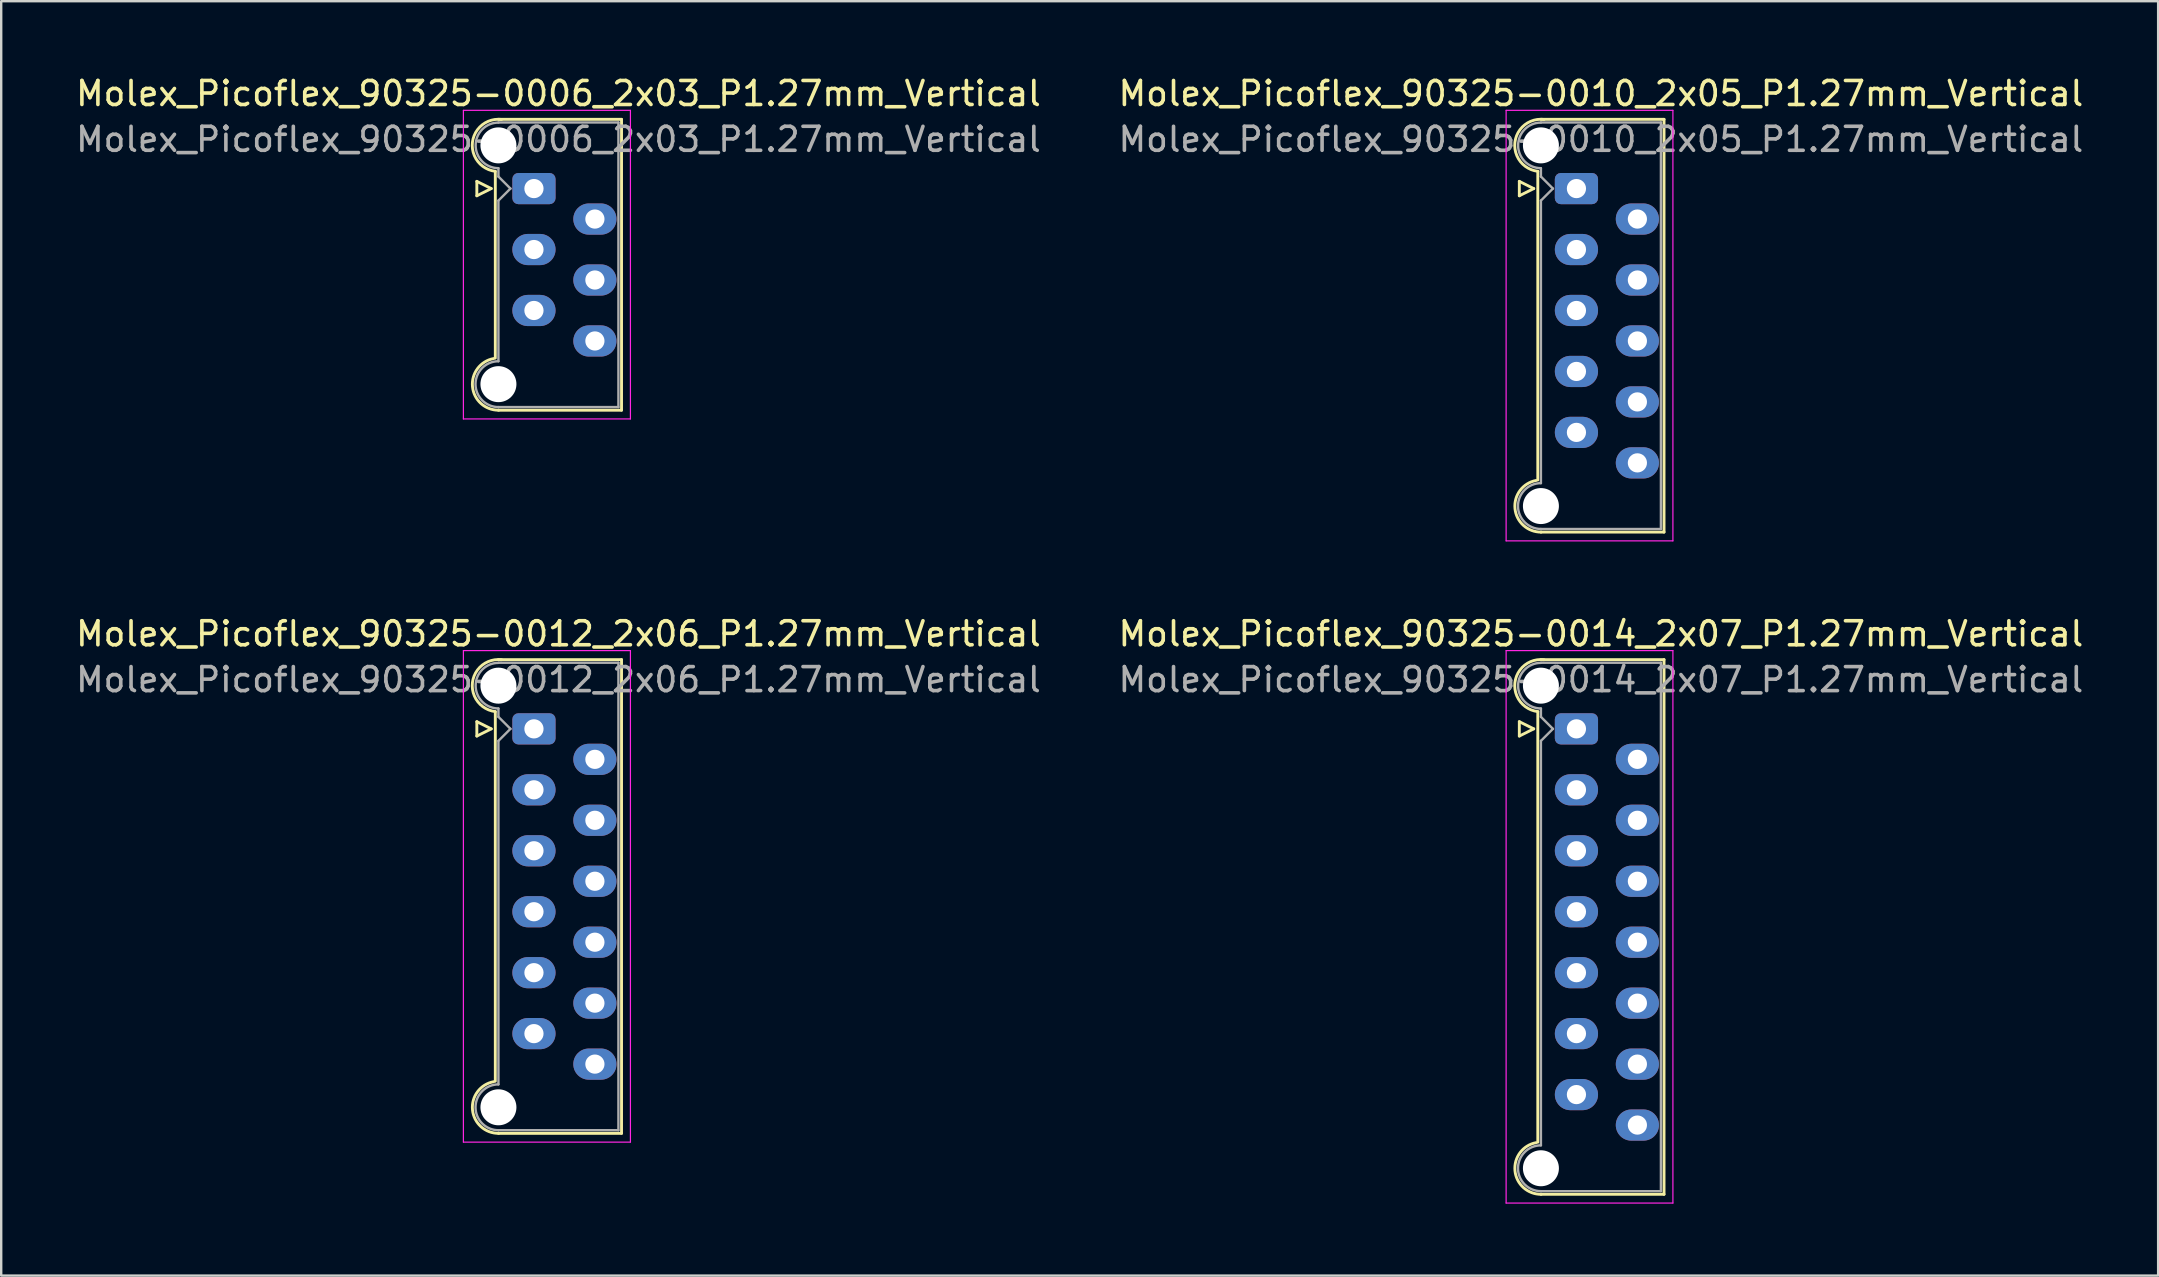
<source format=kicad_pcb>
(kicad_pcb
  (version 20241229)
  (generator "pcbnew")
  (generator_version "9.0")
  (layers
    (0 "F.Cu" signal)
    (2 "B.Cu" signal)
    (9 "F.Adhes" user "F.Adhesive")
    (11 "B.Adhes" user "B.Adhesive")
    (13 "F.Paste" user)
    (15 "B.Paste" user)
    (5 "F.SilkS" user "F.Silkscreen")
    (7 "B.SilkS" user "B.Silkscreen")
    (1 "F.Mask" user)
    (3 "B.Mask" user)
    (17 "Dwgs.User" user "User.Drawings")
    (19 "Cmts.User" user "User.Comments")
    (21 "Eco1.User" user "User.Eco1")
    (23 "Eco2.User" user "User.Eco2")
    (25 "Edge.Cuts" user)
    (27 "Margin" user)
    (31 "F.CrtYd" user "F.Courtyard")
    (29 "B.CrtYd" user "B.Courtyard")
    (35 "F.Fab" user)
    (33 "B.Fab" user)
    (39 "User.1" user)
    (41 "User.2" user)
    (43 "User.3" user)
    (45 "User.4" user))
  (footprint "Molex_Picoflex_90325-0012_2x06_P1.27mm_Vertical"
    (layer "F.Cu")
    (at 19.2 27.322)
    (property "Reference" "Molex_Picoflex_90325-0012_2x06_P1.27mm_Vertical" (at 1.02 -3.96 0) (layer "F.SilkS") (effects (font (size 1 1) (thickness 0.15))))
    (attr through_hole)
    (fp_line (start -2.38 -0.3) (end -2.38 0.3) (stroke (width 0.12) (type solid)) (layer "F.SilkS"))
    (fp_line (start -2.38 0.3) (end -1.78 0) (stroke (width 0.12) (type solid)) (layer "F.SilkS"))
    (fp_line (start -1.78 0) (end -2.38 -0.3) (stroke (width 0.12) (type solid)) (layer "F.SilkS"))
    (fp_line (start -1.61 -0.715) (end -1.61 14.685) (stroke (width 0.12) (type solid)) (layer "F.SilkS"))
    (fp_line (start -1.48 -2.885) (end 3.65 -2.885) (stroke (width 0.12) (type solid)) (layer "F.SilkS"))
    (fp_line (start 3.65 -2.885) (end 3.65 16.855) (stroke (width 0.12) (type solid)) (layer "F.SilkS"))
    (fp_line (start 3.65 16.855) (end -1.48 16.855) (stroke (width 0.12) (type solid)) (layer "F.SilkS"))
    (fp_arc (start -1.61 -0.72) (mid -2.56 -1.93) (end -1.35 -2.88) (stroke (width 0.12) (type solid)) (layer "F.SilkS"))
    (fp_arc (start -1.47 16.855) (mid -2.56 15.874526) (end -1.678256 14.70322) (stroke (width 0.12) (type solid)) (layer "F.SilkS"))
    (fp_line (start -2.94 -3.26) (end -2.94 17.22) (stroke (width 0.05) (type solid)) (layer "F.CrtYd"))
    (fp_line (start -2.94 17.22) (end 4.02 17.22) (stroke (width 0.05) (type solid)) (layer "F.CrtYd"))
    (fp_line (start 4.02 -3.26) (end -2.94 -3.26) (stroke (width 0.05) (type solid)) (layer "F.CrtYd"))
    (fp_line (start 4.02 17.22) (end 4.02 -3.26) (stroke (width 0.05) (type solid)) (layer "F.CrtYd"))
    (fp_line (start -1.48 -2.755) (end 3.52 -2.755) (stroke (width 0.1) (type solid)) (layer "F.Fab"))
    (fp_line (start -1.48 -0.845) (end -1.48 -0.5) (stroke (width 0.1) (type solid)) (layer "F.Fab"))
    (fp_line (start -1.48 -0.5) (end -0.98 0) (stroke (width 0.1) (type solid)) (layer "F.Fab"))
    (fp_line (start -1.48 0.5) (end -1.48 14.815) (stroke (width 0.1) (type solid)) (layer "F.Fab"))
    (fp_line (start -0.98 0) (end -1.48 0.5) (stroke (width 0.1) (type solid)) (layer "F.Fab"))
    (fp_line (start 3.52 -2.755) (end 3.52 16.725) (stroke (width 0.1) (type solid)) (layer "F.Fab"))
    (fp_line (start 3.52 16.725) (end -1.48 16.725) (stroke (width 0.1) (type solid)) (layer "F.Fab"))
    (fp_arc (start -1.48 -0.85) (mid -2.43 -1.8) (end -1.48 -2.75) (stroke (width 0.1) (type solid)) (layer "F.Fab"))
    (fp_arc (start -1.48 16.725) (mid -2.435 15.77) (end -1.48 14.815) (stroke (width 0.1) (type solid)) (layer "F.Fab"))
    (fp_text user "${REFERENCE}" (at 1.02 -2.05 0) (layer "F.Fab") (effects (font (size 1 1) (thickness 0.15))))
    (pad "" np_thru_hole circle (at -1.48 -1.8) (size 1.5 1.5) (drill 1.5) (layers "*.Cu" "*.Mask"))
    (pad "" np_thru_hole circle (at -1.48 15.77) (size 1.5 1.5) (drill 1.5) (layers "*.Cu" "*.Mask"))
    (pad "1" thru_hole roundrect (at 0 0) (size 1.8 1.3) (drill 0.8) (layers "*.Cu" "*.Mask") (roundrect_rratio 0.192))
    (pad "2" thru_hole oval (at 2.54 1.27) (size 1.8 1.3) (drill 0.8) (layers "*.Cu" "*.Mask"))
    (pad "3" thru_hole oval (at 0 2.54) (size 1.8 1.3) (drill 0.8) (layers "*.Cu" "*.Mask"))
    (pad "4" thru_hole oval (at 2.54 3.81) (size 1.8 1.3) (drill 0.8) (layers "*.Cu" "*.Mask"))
    (pad "5" thru_hole oval (at 0 5.08) (size 1.8 1.3) (drill 0.8) (layers "*.Cu" "*.Mask"))
    (pad "6" thru_hole oval (at 2.54 6.35) (size 1.8 1.3) (drill 0.8) (layers "*.Cu" "*.Mask"))
    (pad "7" thru_hole oval (at 0 7.62) (size 1.8 1.3) (drill 0.8) (layers "*.Cu" "*.Mask"))
    (pad "8" thru_hole oval (at 2.54 8.89) (size 1.8 1.3) (drill 0.8) (layers "*.Cu" "*.Mask"))
    (pad "9" thru_hole oval (at 0 10.16) (size 1.8 1.3) (drill 0.8) (layers "*.Cu" "*.Mask"))
    (pad "10" thru_hole oval (at 2.54 11.43) (size 1.8 1.3) (drill 0.8) (layers "*.Cu" "*.Mask"))
    (pad "11" thru_hole oval (at 0 12.7) (size 1.8 1.3) (drill 0.8) (layers "*.Cu" "*.Mask"))
    (pad "12" thru_hole oval (at 2.54 13.97) (size 1.8 1.3) (drill 0.8) (layers "*.Cu" "*.Mask")))
  (footprint "Molex_Picoflex_90325-0014_2x07_P1.27mm_Vertical"
    (layer "F.Cu")
    (at 62.641 27.322)
    (property "Reference" "Molex_Picoflex_90325-0014_2x07_P1.27mm_Vertical" (at 1.02 -3.96 0) (layer "F.SilkS") (effects (font (size 1 1) (thickness 0.15))))
    (attr through_hole)
    (fp_line (start -2.38 -0.3) (end -2.38 0.3) (stroke (width 0.12) (type solid)) (layer "F.SilkS"))
    (fp_line (start -2.38 0.3) (end -1.78 0) (stroke (width 0.12) (type solid)) (layer "F.SilkS"))
    (fp_line (start -1.78 0) (end -2.38 -0.3) (stroke (width 0.12) (type solid)) (layer "F.SilkS"))
    (fp_line (start -1.61 -0.715) (end -1.61 17.225) (stroke (width 0.12) (type solid)) (layer "F.SilkS"))
    (fp_line (start -1.48 -2.885) (end 3.65 -2.885) (stroke (width 0.12) (type solid)) (layer "F.SilkS"))
    (fp_line (start 3.65 -2.885) (end 3.65 19.395) (stroke (width 0.12) (type solid)) (layer "F.SilkS"))
    (fp_line (start 3.65 19.395) (end -1.48 19.395) (stroke (width 0.12) (type solid)) (layer "F.SilkS"))
    (fp_arc (start -1.61 -0.72) (mid -2.56 -1.93) (end -1.35 -2.88) (stroke (width 0.12) (type solid)) (layer "F.SilkS"))
    (fp_arc (start -1.47 19.395) (mid -2.56 18.414526) (end -1.678256 17.24322) (stroke (width 0.12) (type solid)) (layer "F.SilkS"))
    (fp_line (start -2.93 -3.26) (end -2.93 19.76) (stroke (width 0.05) (type solid)) (layer "F.CrtYd"))
    (fp_line (start -2.93 19.76) (end 4.02 19.76) (stroke (width 0.05) (type solid)) (layer "F.CrtYd"))
    (fp_line (start 4.02 -3.26) (end -2.93 -3.26) (stroke (width 0.05) (type solid)) (layer "F.CrtYd"))
    (fp_line (start 4.02 19.76) (end 4.02 -3.26) (stroke (width 0.05) (type solid)) (layer "F.CrtYd"))
    (fp_line (start -1.48 -2.755) (end 3.52 -2.755) (stroke (width 0.1) (type solid)) (layer "F.Fab"))
    (fp_line (start -1.48 -0.845) (end -1.48 -0.5) (stroke (width 0.1) (type solid)) (layer "F.Fab"))
    (fp_line (start -1.48 -0.5) (end -0.98 0) (stroke (width 0.1) (type solid)) (layer "F.Fab"))
    (fp_line (start -1.48 0.5) (end -1.48 17.355) (stroke (width 0.1) (type solid)) (layer "F.Fab"))
    (fp_line (start -0.98 0) (end -1.48 0.5) (stroke (width 0.1) (type solid)) (layer "F.Fab"))
    (fp_line (start 3.52 -2.755) (end 3.52 19.265) (stroke (width 0.1) (type solid)) (layer "F.Fab"))
    (fp_line (start 3.52 19.265) (end -1.48 19.265) (stroke (width 0.1) (type solid)) (layer "F.Fab"))
    (fp_arc (start -1.48 -0.85) (mid -2.43 -1.8) (end -1.48 -2.75) (stroke (width 0.1) (type solid)) (layer "F.Fab"))
    (fp_arc (start -1.48 19.265) (mid -2.435 18.31) (end -1.48 17.355) (stroke (width 0.1) (type solid)) (layer "F.Fab"))
    (fp_text user "${REFERENCE}" (at 1.02 -2.05 0) (layer "F.Fab") (effects (font (size 1 1) (thickness 0.15))))
    (pad "" np_thru_hole circle (at -1.48 -1.8) (size 1.5 1.5) (drill 1.5) (layers "*.Cu" "*.Mask"))
    (pad "" np_thru_hole circle (at -1.48 18.31) (size 1.5 1.5) (drill 1.5) (layers "*.Cu" "*.Mask"))
    (pad "1" thru_hole roundrect (at 0 0) (size 1.8 1.3) (drill 0.8) (layers "*.Cu" "*.Mask") (roundrect_rratio 0.192))
    (pad "2" thru_hole oval (at 2.54 1.27) (size 1.8 1.3) (drill 0.8) (layers "*.Cu" "*.Mask"))
    (pad "3" thru_hole oval (at 0 2.54) (size 1.8 1.3) (drill 0.8) (layers "*.Cu" "*.Mask"))
    (pad "4" thru_hole oval (at 2.54 3.81) (size 1.8 1.3) (drill 0.8) (layers "*.Cu" "*.Mask"))
    (pad "5" thru_hole oval (at 0 5.08) (size 1.8 1.3) (drill 0.8) (layers "*.Cu" "*.Mask"))
    (pad "6" thru_hole oval (at 2.54 6.35) (size 1.8 1.3) (drill 0.8) (layers "*.Cu" "*.Mask"))
    (pad "7" thru_hole oval (at 0 7.62) (size 1.8 1.3) (drill 0.8) (layers "*.Cu" "*.Mask"))
    (pad "8" thru_hole oval (at 2.54 8.89) (size 1.8 1.3) (drill 0.8) (layers "*.Cu" "*.Mask"))
    (pad "9" thru_hole oval (at 0 10.16) (size 1.8 1.3) (drill 0.8) (layers "*.Cu" "*.Mask"))
    (pad "10" thru_hole oval (at 2.54 11.43) (size 1.8 1.3) (drill 0.8) (layers "*.Cu" "*.Mask"))
    (pad "11" thru_hole oval (at 0 12.7) (size 1.8 1.3) (drill 0.8) (layers "*.Cu" "*.Mask"))
    (pad "12" thru_hole oval (at 2.54 13.97) (size 1.8 1.3) (drill 0.8) (layers "*.Cu" "*.Mask"))
    (pad "13" thru_hole oval (at 0 15.24) (size 1.8 1.3) (drill 0.8) (layers "*.Cu" "*.Mask"))
    (pad "14" thru_hole oval (at 2.54 16.51) (size 1.8 1.3) (drill 0.8) (layers "*.Cu" "*.Mask")))
  (footprint "Molex_Picoflex_90325-0010_2x05_P1.27mm_Vertical"
    (layer "F.Cu")
    (at 62.641 4.808)
    (property "Reference" "Molex_Picoflex_90325-0010_2x05_P1.27mm_Vertical" (at 1.02 -3.96 0) (layer "F.SilkS") (effects (font (size 1 1) (thickness 0.15))))
    (attr through_hole)
    (fp_line (start -2.38 -0.3) (end -2.38 0.3) (stroke (width 0.12) (type solid)) (layer "F.SilkS"))
    (fp_line (start -2.38 0.3) (end -1.78 0) (stroke (width 0.12) (type solid)) (layer "F.SilkS"))
    (fp_line (start -1.78 0) (end -2.38 -0.3) (stroke (width 0.12) (type solid)) (layer "F.SilkS"))
    (fp_line (start -1.61 -0.715) (end -1.61 12.145) (stroke (width 0.12) (type solid)) (layer "F.SilkS"))
    (fp_line (start -1.48 -2.885) (end 3.65 -2.885) (stroke (width 0.12) (type solid)) (layer "F.SilkS"))
    (fp_line (start 3.65 -2.885) (end 3.65 14.315) (stroke (width 0.12) (type solid)) (layer "F.SilkS"))
    (fp_line (start 3.65 14.315) (end -1.48 14.315) (stroke (width 0.12) (type solid)) (layer "F.SilkS"))
    (fp_arc (start -1.61 -0.72) (mid -2.56 -1.93) (end -1.35 -2.88) (stroke (width 0.12) (type solid)) (layer "F.SilkS"))
    (fp_arc (start -1.47 14.315) (mid -2.56 13.334526) (end -1.678256 12.16322) (stroke (width 0.12) (type solid)) (layer "F.SilkS"))
    (fp_line (start -2.93 -3.26) (end -2.93 14.68) (stroke (width 0.05) (type solid)) (layer "F.CrtYd"))
    (fp_line (start -2.93 14.68) (end 4.02 14.68) (stroke (width 0.05) (type solid)) (layer "F.CrtYd"))
    (fp_line (start 4.02 -3.26) (end -2.93 -3.26) (stroke (width 0.05) (type solid)) (layer "F.CrtYd"))
    (fp_line (start 4.02 14.68) (end 4.02 -3.26) (stroke (width 0.05) (type solid)) (layer "F.CrtYd"))
    (fp_line (start -1.48 -2.755) (end 3.52 -2.755) (stroke (width 0.1) (type solid)) (layer "F.Fab"))
    (fp_line (start -1.48 -0.845) (end -1.48 -0.5) (stroke (width 0.1) (type solid)) (layer "F.Fab"))
    (fp_line (start -1.48 -0.5) (end -0.98 0) (stroke (width 0.1) (type solid)) (layer "F.Fab"))
    (fp_line (start -1.48 0.5) (end -1.48 12.275) (stroke (width 0.1) (type solid)) (layer "F.Fab"))
    (fp_line (start -0.98 0) (end -1.48 0.5) (stroke (width 0.1) (type solid)) (layer "F.Fab"))
    (fp_line (start 3.52 -2.755) (end 3.52 14.185) (stroke (width 0.1) (type solid)) (layer "F.Fab"))
    (fp_line (start 3.52 14.185) (end -1.48 14.185) (stroke (width 0.1) (type solid)) (layer "F.Fab"))
    (fp_arc (start -1.48 -0.85) (mid -2.43 -1.8) (end -1.48 -2.75) (stroke (width 0.1) (type solid)) (layer "F.Fab"))
    (fp_arc (start -1.48 14.185) (mid -2.435 13.23) (end -1.48 12.275) (stroke (width 0.1) (type solid)) (layer "F.Fab"))
    (fp_text user "${REFERENCE}" (at 1.02 -2.05 0) (layer "F.Fab") (effects (font (size 1 1) (thickness 0.15))))
    (pad "" np_thru_hole circle (at -1.48 -1.8) (size 1.5 1.5) (drill 1.5) (layers "*.Cu" "*.Mask"))
    (pad "" np_thru_hole circle (at -1.48 13.23) (size 1.5 1.5) (drill 1.5) (layers "*.Cu" "*.Mask"))
    (pad "1" thru_hole roundrect (at 0 0) (size 1.8 1.3) (drill 0.8) (layers "*.Cu" "*.Mask") (roundrect_rratio 0.192))
    (pad "2" thru_hole oval (at 2.54 1.27) (size 1.8 1.3) (drill 0.8) (layers "*.Cu" "*.Mask"))
    (pad "3" thru_hole oval (at 0 2.54) (size 1.8 1.3) (drill 0.8) (layers "*.Cu" "*.Mask"))
    (pad "4" thru_hole oval (at 2.54 3.81) (size 1.8 1.3) (drill 0.8) (layers "*.Cu" "*.Mask"))
    (pad "5" thru_hole oval (at 0 5.08) (size 1.8 1.3) (drill 0.8) (layers "*.Cu" "*.Mask"))
    (pad "6" thru_hole oval (at 2.54 6.35) (size 1.8 1.3) (drill 0.8) (layers "*.Cu" "*.Mask"))
    (pad "7" thru_hole oval (at 0 7.62) (size 1.8 1.3) (drill 0.8) (layers "*.Cu" "*.Mask"))
    (pad "8" thru_hole oval (at 2.54 8.89) (size 1.8 1.3) (drill 0.8) (layers "*.Cu" "*.Mask"))
    (pad "9" thru_hole oval (at 0 10.16) (size 1.8 1.3) (drill 0.8) (layers "*.Cu" "*.Mask"))
    (pad "10" thru_hole oval (at 2.54 11.43) (size 1.8 1.3) (drill 0.8) (layers "*.Cu" "*.Mask")))
  (footprint "Molex_Picoflex_90325-0006_2x03_P1.27mm_Vertical"
    (layer "F.Cu")
    (at 19.2 4.808)
    (property "Reference" "Molex_Picoflex_90325-0006_2x03_P1.27mm_Vertical" (at 1.02 -3.96 0) (layer "F.SilkS") (effects (font (size 1 1) (thickness 0.15))))
    (attr through_hole)
    (fp_line (start -2.38 -0.3) (end -2.38 0.3) (stroke (width 0.12) (type solid)) (layer "F.SilkS"))
    (fp_line (start -2.38 0.3) (end -1.78 0) (stroke (width 0.12) (type solid)) (layer "F.SilkS"))
    (fp_line (start -1.78 0) (end -2.38 -0.3) (stroke (width 0.12) (type solid)) (layer "F.SilkS"))
    (fp_line (start -1.61 -0.715) (end -1.61 7.065) (stroke (width 0.12) (type solid)) (layer "F.SilkS"))
    (fp_line (start -1.48 -2.885) (end 3.65 -2.885) (stroke (width 0.12) (type solid)) (layer "F.SilkS"))
    (fp_line (start 3.65 -2.885) (end 3.65 9.235) (stroke (width 0.12) (type solid)) (layer "F.SilkS"))
    (fp_line (start 3.65 9.235) (end -1.48 9.235) (stroke (width 0.12) (type solid)) (layer "F.SilkS"))
    (fp_arc (start -1.61 -0.72) (mid -2.56 -1.93) (end -1.35 -2.88) (stroke (width 0.12) (type solid)) (layer "F.SilkS"))
    (fp_arc (start -1.47 9.235) (mid -2.56 8.254526) (end -1.678256 7.08322) (stroke (width 0.12) (type solid)) (layer "F.SilkS"))
    (fp_line (start -2.94 -3.26) (end -2.94 9.6) (stroke (width 0.05) (type solid)) (layer "F.CrtYd"))
    (fp_line (start -2.94 9.6) (end 4.02 9.6) (stroke (width 0.05) (type solid)) (layer "F.CrtYd"))
    (fp_line (start 4.02 -3.26) (end -2.94 -3.26) (stroke (width 0.05) (type solid)) (layer "F.CrtYd"))
    (fp_line (start 4.02 9.6) (end 4.02 -3.26) (stroke (width 0.05) (type solid)) (layer "F.CrtYd"))
    (fp_line (start -1.48 -2.755) (end 3.52 -2.755) (stroke (width 0.1) (type solid)) (layer "F.Fab"))
    (fp_line (start -1.48 -0.845) (end -1.48 -0.5) (stroke (width 0.1) (type solid)) (layer "F.Fab"))
    (fp_line (start -1.48 -0.5) (end -0.98 0) (stroke (width 0.1) (type solid)) (layer "F.Fab"))
    (fp_line (start -1.48 0.5) (end -1.48 7.195) (stroke (width 0.1) (type solid)) (layer "F.Fab"))
    (fp_line (start -0.98 0) (end -1.48 0.5) (stroke (width 0.1) (type solid)) (layer "F.Fab"))
    (fp_line (start 3.52 -2.755) (end 3.52 9.105) (stroke (width 0.1) (type solid)) (layer "F.Fab"))
    (fp_line (start 3.52 9.105) (end -1.48 9.105) (stroke (width 0.1) (type solid)) (layer "F.Fab"))
    (fp_arc (start -1.48 -0.85) (mid -2.43 -1.8) (end -1.48 -2.75) (stroke (width 0.1) (type solid)) (layer "F.Fab"))
    (fp_arc (start -1.48 9.105) (mid -2.435 8.15) (end -1.48 7.195) (stroke (width 0.1) (type solid)) (layer "F.Fab"))
    (fp_text user "${REFERENCE}" (at 1.02 -2.05 0) (layer "F.Fab") (effects (font (size 1 1) (thickness 0.15))))
    (pad "" np_thru_hole circle (at -1.48 -1.8) (size 1.5 1.5) (drill 1.5) (layers "*.Cu" "*.Mask"))
    (pad "" np_thru_hole circle (at -1.48 8.15) (size 1.5 1.5) (drill 1.5) (layers "*.Cu" "*.Mask"))
    (pad "1" thru_hole roundrect (at 0 0) (size 1.8 1.3) (drill 0.8) (layers "*.Cu" "*.Mask") (roundrect_rratio 0.192))
    (pad "2" thru_hole oval (at 2.54 1.27) (size 1.8 1.3) (drill 0.8) (layers "*.Cu" "*.Mask"))
    (pad "3" thru_hole oval (at 0 2.54) (size 1.8 1.3) (drill 0.8) (layers "*.Cu" "*.Mask"))
    (pad "4" thru_hole oval (at 2.54 3.81) (size 1.8 1.3) (drill 0.8) (layers "*.Cu" "*.Mask"))
    (pad "5" thru_hole oval (at 0 5.08) (size 1.8 1.3) (drill 0.8) (layers "*.Cu" "*.Mask"))
    (pad "6" thru_hole oval (at 2.54 6.35) (size 1.8 1.3) (drill 0.8) (layers "*.Cu" "*.Mask")))
  (gr_rect
    (start -3 -3)
    (end 86.881 50.106)
    (stroke (width 0.1) (type default))
    (fill no)
    (layer "Edge.Cuts")))
</source>
